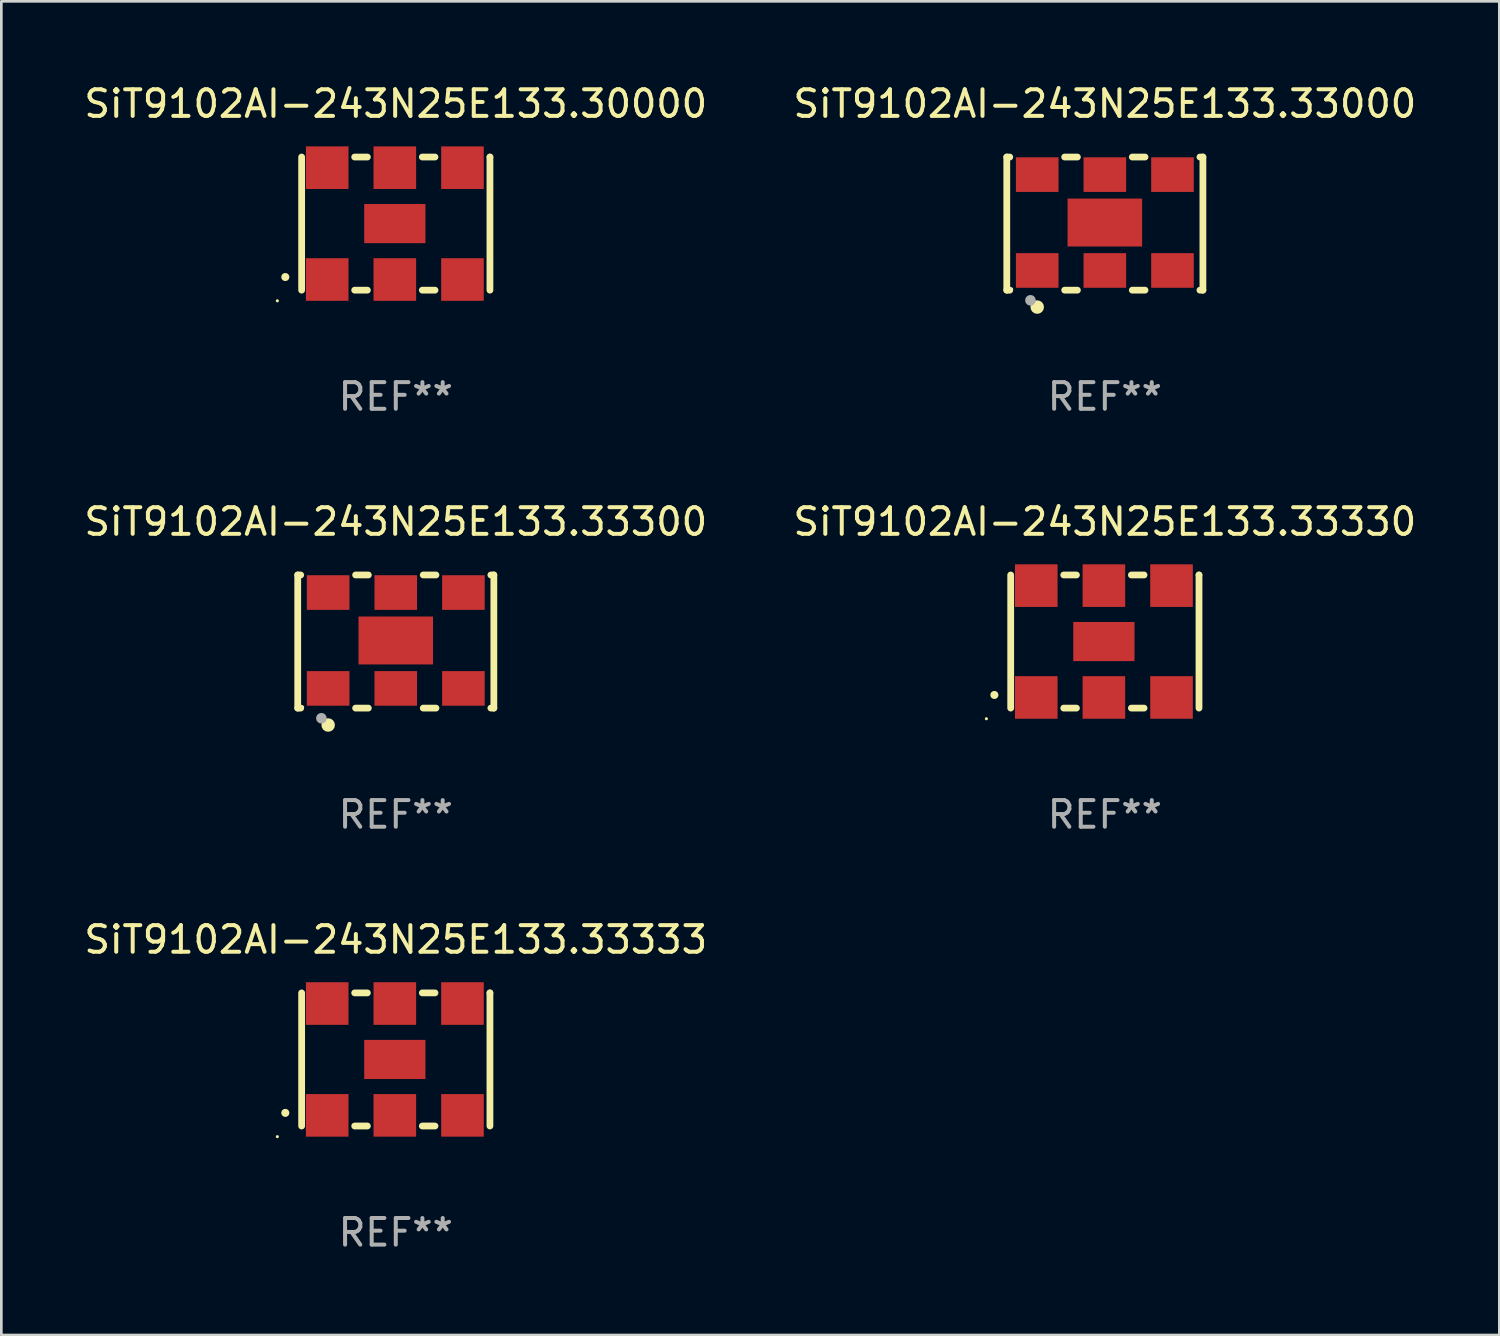
<source format=kicad_pcb>
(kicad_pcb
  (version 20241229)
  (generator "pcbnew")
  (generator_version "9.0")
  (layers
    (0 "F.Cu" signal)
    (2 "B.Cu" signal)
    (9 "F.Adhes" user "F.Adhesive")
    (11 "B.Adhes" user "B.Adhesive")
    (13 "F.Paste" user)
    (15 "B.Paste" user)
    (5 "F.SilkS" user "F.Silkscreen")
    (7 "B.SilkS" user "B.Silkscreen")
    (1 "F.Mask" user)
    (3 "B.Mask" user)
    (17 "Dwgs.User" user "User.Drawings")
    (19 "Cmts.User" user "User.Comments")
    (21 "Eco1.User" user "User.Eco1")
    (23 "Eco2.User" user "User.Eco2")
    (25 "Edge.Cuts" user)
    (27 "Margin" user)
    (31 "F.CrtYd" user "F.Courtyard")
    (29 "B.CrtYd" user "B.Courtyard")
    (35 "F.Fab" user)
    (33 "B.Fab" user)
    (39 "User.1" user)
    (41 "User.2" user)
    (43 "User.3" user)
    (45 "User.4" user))
  (footprint "SiT9102AI-243N25E133.33333"
    (layer "F.Cu")
    (at 11.815 36.741)
    (property "Reference" "SiT9102AI-243N25E133.33333" (at 0 -4.5 0) (layer "F.SilkS") (effects (font (size 1 1) (thickness 0.15))))
    (attr through_hole)
    (fp_line (start -3.536 -2.5) (end -3.536 2.5) (stroke (width 0.254) (type solid)) (layer "F.SilkS"))
    (fp_line (start -1.544 2.5) (end -1.067 2.5) (stroke (width 0.254) (type solid)) (layer "F.SilkS"))
    (fp_line (start -1.067 -2.5) (end -1.544 -2.5) (stroke (width 0.254) (type solid)) (layer "F.SilkS"))
    (fp_line (start 0.996 2.5) (end 1.473 2.5) (stroke (width 0.254) (type solid)) (layer "F.SilkS"))
    (fp_line (start 1.473 -2.5) (end 0.996 -2.5) (stroke (width 0.254) (type solid)) (layer "F.SilkS"))
    (fp_line (start 3.536 -2.5) (end 3.536 -2.5) (stroke (width 0.254) (type solid)) (layer "F.SilkS"))
    (fp_line (start 3.536 2.5) (end 3.536 -2.5) (stroke (width 0.254) (type solid)) (layer "F.SilkS"))
    (fp_arc (start -4.150432 2.006604) (mid -4.149162 2.006599) (end -4.147892 2.006604) (stroke (width 0.3) (type solid)) (layer "F.SilkS"))
    (fp_circle (center -4.449 2.9) (end -4.419 2.9) (stroke (width 0.06) (type solid)) (fill no) (layer "F.SilkS"))
    (fp_text user "REF**" (at 0 6.5 0) (layer "F.Fab") (effects (font (size 1 1) (thickness 0.15))))
    (pad "1" smd rect (at -2.576 2.1) (size 1.6 1.6) (layers "F.Cu" "F.Mask" "F.Paste"))
    (pad "2" smd rect (at -0.036 2.1) (size 1.6 1.6) (layers "F.Cu" "F.Mask" "F.Paste"))
    (pad "3" smd rect (at 2.504 2.1) (size 1.6 1.6) (layers "F.Cu" "F.Mask" "F.Paste"))
    (pad "4" smd rect (at 2.504 -2.1) (size 1.6 1.6) (layers "F.Cu" "F.Mask" "F.Paste"))
    (pad "5" smd rect (at -0.036 -2.1) (size 1.6 1.6) (layers "F.Cu" "F.Mask" "F.Paste"))
    (pad "6" smd rect (at -2.576 -2.1) (size 1.6 1.6) (layers "F.Cu" "F.Mask" "F.Paste"))
    (pad "7" smd rect (at -0.036 0) (size 2.3 1.47) (layers "F.Cu" "F.Mask" "F.Paste")))
  (footprint "SiT9102AI-243N25E133.33330"
    (layer "F.Cu")
    (at 38.446 21.045)
    (property "Reference" "SiT9102AI-243N25E133.33330" (at 0 -4.5 0) (layer "F.SilkS") (effects (font (size 1 1) (thickness 0.15))))
    (attr through_hole)
    (fp_line (start -3.536 -2.5) (end -3.536 2.5) (stroke (width 0.254) (type solid)) (layer "F.SilkS"))
    (fp_line (start -1.544 2.5) (end -1.067 2.5) (stroke (width 0.254) (type solid)) (layer "F.SilkS"))
    (fp_line (start -1.067 -2.5) (end -1.544 -2.5) (stroke (width 0.254) (type solid)) (layer "F.SilkS"))
    (fp_line (start 0.996 2.5) (end 1.473 2.5) (stroke (width 0.254) (type solid)) (layer "F.SilkS"))
    (fp_line (start 1.473 -2.5) (end 0.996 -2.5) (stroke (width 0.254) (type solid)) (layer "F.SilkS"))
    (fp_line (start 3.536 -2.5) (end 3.536 -2.5) (stroke (width 0.254) (type solid)) (layer "F.SilkS"))
    (fp_line (start 3.536 2.5) (end 3.536 -2.5) (stroke (width 0.254) (type solid)) (layer "F.SilkS"))
    (fp_arc (start -4.150432 2.006604) (mid -4.149162 2.006599) (end -4.147892 2.006604) (stroke (width 0.3) (type solid)) (layer "F.SilkS"))
    (fp_circle (center -4.449 2.9) (end -4.419 2.9) (stroke (width 0.06) (type solid)) (fill no) (layer "F.SilkS"))
    (fp_text user "REF**" (at 0 6.5 0) (layer "F.Fab") (effects (font (size 1 1) (thickness 0.15))))
    (pad "1" smd rect (at -2.576 2.1) (size 1.6 1.6) (layers "F.Cu" "F.Mask" "F.Paste"))
    (pad "2" smd rect (at -0.036 2.1) (size 1.6 1.6) (layers "F.Cu" "F.Mask" "F.Paste"))
    (pad "3" smd rect (at 2.504 2.1) (size 1.6 1.6) (layers "F.Cu" "F.Mask" "F.Paste"))
    (pad "4" smd rect (at 2.504 -2.1) (size 1.6 1.6) (layers "F.Cu" "F.Mask" "F.Paste"))
    (pad "5" smd rect (at -0.036 -2.1) (size 1.6 1.6) (layers "F.Cu" "F.Mask" "F.Paste"))
    (pad "6" smd rect (at -2.576 -2.1) (size 1.6 1.6) (layers "F.Cu" "F.Mask" "F.Paste"))
    (pad "7" smd rect (at -0.036 0) (size 2.3 1.47) (layers "F.Cu" "F.Mask" "F.Paste")))
  (footprint "SiT9102AI-243N25E133.30000"
    (layer "F.Cu")
    (at 11.815 5.348)
    (property "Reference" "SiT9102AI-243N25E133.30000" (at 0 -4.5 0) (layer "F.SilkS") (effects (font (size 1 1) (thickness 0.15))))
    (attr through_hole)
    (fp_line (start -3.536 -2.5) (end -3.536 2.5) (stroke (width 0.254) (type solid)) (layer "F.SilkS"))
    (fp_line (start -1.544 2.5) (end -1.067 2.5) (stroke (width 0.254) (type solid)) (layer "F.SilkS"))
    (fp_line (start -1.067 -2.5) (end -1.544 -2.5) (stroke (width 0.254) (type solid)) (layer "F.SilkS"))
    (fp_line (start 0.996 2.5) (end 1.473 2.5) (stroke (width 0.254) (type solid)) (layer "F.SilkS"))
    (fp_line (start 1.473 -2.5) (end 0.996 -2.5) (stroke (width 0.254) (type solid)) (layer "F.SilkS"))
    (fp_line (start 3.536 -2.5) (end 3.536 -2.5) (stroke (width 0.254) (type solid)) (layer "F.SilkS"))
    (fp_line (start 3.536 2.5) (end 3.536 -2.5) (stroke (width 0.254) (type solid)) (layer "F.SilkS"))
    (fp_arc (start -4.150432 2.006604) (mid -4.149162 2.006599) (end -4.147892 2.006604) (stroke (width 0.3) (type solid)) (layer "F.SilkS"))
    (fp_circle (center -4.449 2.9) (end -4.419 2.9) (stroke (width 0.06) (type solid)) (fill no) (layer "F.SilkS"))
    (fp_text user "REF**" (at 0 6.5 0) (layer "F.Fab") (effects (font (size 1 1) (thickness 0.15))))
    (pad "1" smd rect (at -2.576 2.1) (size 1.6 1.6) (layers "F.Cu" "F.Mask" "F.Paste"))
    (pad "2" smd rect (at -0.036 2.1) (size 1.6 1.6) (layers "F.Cu" "F.Mask" "F.Paste"))
    (pad "3" smd rect (at 2.504 2.1) (size 1.6 1.6) (layers "F.Cu" "F.Mask" "F.Paste"))
    (pad "4" smd rect (at 2.504 -2.1) (size 1.6 1.6) (layers "F.Cu" "F.Mask" "F.Paste"))
    (pad "5" smd rect (at -0.036 -2.1) (size 1.6 1.6) (layers "F.Cu" "F.Mask" "F.Paste"))
    (pad "6" smd rect (at -2.576 -2.1) (size 1.6 1.6) (layers "F.Cu" "F.Mask" "F.Paste"))
    (pad "7" smd rect (at -0.036 0) (size 2.3 1.47) (layers "F.Cu" "F.Mask" "F.Paste")))
  (footprint "SiT9102AI-243N25E133.33300"
    (layer "F.Cu")
    (at 11.815 21.045)
    (property "Reference" "SiT9102AI-243N25E133.33300" (at 0 -4.5 0) (layer "F.SilkS") (effects (font (size 1 1) (thickness 0.15))))
    (attr through_hole)
    (fp_line (start -3.683 -2.5) (end -3.571 -2.5) (stroke (width 0.254) (type solid)) (layer "F.SilkS"))
    (fp_line (start -3.683 2.5) (end -3.683 -2.5) (stroke (width 0.254) (type solid)) (layer "F.SilkS"))
    (fp_line (start -3.683 2.5) (end -3.571 2.5) (stroke (width 0.254) (type solid)) (layer "F.SilkS"))
    (fp_line (start -1.509 -2.5) (end -1.031 -2.5) (stroke (width 0.254) (type solid)) (layer "F.SilkS"))
    (fp_line (start -1.509 2.5) (end -1.031 2.5) (stroke (width 0.254) (type solid)) (layer "F.SilkS"))
    (fp_line (start 1.031 -2.5) (end 1.509 -2.5) (stroke (width 0.254) (type solid)) (layer "F.SilkS"))
    (fp_line (start 1.031 2.5) (end 1.509 2.5) (stroke (width 0.254) (type solid)) (layer "F.SilkS"))
    (fp_line (start 3.571 -2.5) (end 3.683 -2.5) (stroke (width 0.254) (type solid)) (layer "F.SilkS"))
    (fp_line (start 3.571 2.5) (end 3.683 2.5) (stroke (width 0.254) (type solid)) (layer "F.SilkS"))
    (fp_line (start 3.683 2.5) (end 3.683 -2.5) (stroke (width 0.254) (type solid)) (layer "F.SilkS"))
    (fp_circle (center -3.5 2.46) (end -3.47 2.46) (stroke (width 0.06) (type solid)) (fill no) (layer "F.SilkS"))
    (fp_circle (center -2.54 3.135) (end -2.413 3.135) (stroke (width 0.254) (type solid)) (fill no) (layer "F.SilkS"))
    (fp_circle (center -2.794 2.881) (end -2.694 2.881) (stroke (width 0.2) (type solid)) (fill no) (layer "F.Fab"))
    (fp_text user "REF**" (at 0 6.5 0) (layer "F.Fab") (effects (font (size 1 1) (thickness 0.15))))
    (pad "1" smd rect (at -2.54 1.76) (size 1.6 1.3) (layers "F.Cu" "F.Mask" "F.Paste"))
    (pad "2" smd rect (at 0 1.76) (size 1.6 1.3) (layers "F.Cu" "F.Mask" "F.Paste"))
    (pad "3" smd rect (at 2.54 1.76) (size 1.6 1.3) (layers "F.Cu" "F.Mask" "F.Paste"))
    (pad "4" smd rect (at 2.54 -1.84) (size 1.6 1.3) (layers "F.Cu" "F.Mask" "F.Paste"))
    (pad "5" smd rect (at 0 -1.84) (size 1.6 1.3) (layers "F.Cu" "F.Mask" "F.Paste"))
    (pad "6" smd rect (at -2.54 -1.84) (size 1.6 1.3) (layers "F.Cu" "F.Mask" "F.Paste"))
    (pad "7" smd rect (at 0 -0.04) (size 2.8 1.8) (layers "F.Cu" "F.Mask" "F.Paste")))
  (footprint "SiT9102AI-243N25E133.33000"
    (layer "F.Cu")
    (at 38.446 5.348)
    (property "Reference" "SiT9102AI-243N25E133.33000" (at 0 -4.5 0) (layer "F.SilkS") (effects (font (size 1 1) (thickness 0.15))))
    (attr through_hole)
    (fp_line (start -3.683 -2.5) (end -3.571 -2.5) (stroke (width 0.254) (type solid)) (layer "F.SilkS"))
    (fp_line (start -3.683 2.5) (end -3.683 -2.5) (stroke (width 0.254) (type solid)) (layer "F.SilkS"))
    (fp_line (start -3.683 2.5) (end -3.571 2.5) (stroke (width 0.254) (type solid)) (layer "F.SilkS"))
    (fp_line (start -1.509 -2.5) (end -1.031 -2.5) (stroke (width 0.254) (type solid)) (layer "F.SilkS"))
    (fp_line (start -1.509 2.5) (end -1.031 2.5) (stroke (width 0.254) (type solid)) (layer "F.SilkS"))
    (fp_line (start 1.031 -2.5) (end 1.509 -2.5) (stroke (width 0.254) (type solid)) (layer "F.SilkS"))
    (fp_line (start 1.031 2.5) (end 1.509 2.5) (stroke (width 0.254) (type solid)) (layer "F.SilkS"))
    (fp_line (start 3.571 -2.5) (end 3.683 -2.5) (stroke (width 0.254) (type solid)) (layer "F.SilkS"))
    (fp_line (start 3.571 2.5) (end 3.683 2.5) (stroke (width 0.254) (type solid)) (layer "F.SilkS"))
    (fp_line (start 3.683 2.5) (end 3.683 -2.5) (stroke (width 0.254) (type solid)) (layer "F.SilkS"))
    (fp_circle (center -3.5 2.46) (end -3.47 2.46) (stroke (width 0.06) (type solid)) (fill no) (layer "F.SilkS"))
    (fp_circle (center -2.54 3.135) (end -2.413 3.135) (stroke (width 0.254) (type solid)) (fill no) (layer "F.SilkS"))
    (fp_circle (center -2.794 2.881) (end -2.694 2.881) (stroke (width 0.2) (type solid)) (fill no) (layer "F.Fab"))
    (fp_text user "REF**" (at 0 6.5 0) (layer "F.Fab") (effects (font (size 1 1) (thickness 0.15))))
    (pad "1" smd rect (at -2.54 1.76) (size 1.6 1.3) (layers "F.Cu" "F.Mask" "F.Paste"))
    (pad "2" smd rect (at 0 1.76) (size 1.6 1.3) (layers "F.Cu" "F.Mask" "F.Paste"))
    (pad "3" smd rect (at 2.54 1.76) (size 1.6 1.3) (layers "F.Cu" "F.Mask" "F.Paste"))
    (pad "4" smd rect (at 2.54 -1.84) (size 1.6 1.3) (layers "F.Cu" "F.Mask" "F.Paste"))
    (pad "5" smd rect (at 0 -1.84) (size 1.6 1.3) (layers "F.Cu" "F.Mask" "F.Paste"))
    (pad "6" smd rect (at -2.54 -1.84) (size 1.6 1.3) (layers "F.Cu" "F.Mask" "F.Paste"))
    (pad "7" smd rect (at 0 -0.04) (size 2.8 1.8) (layers "F.Cu" "F.Mask" "F.Paste")))
  (gr_rect
    (start -3 -3)
    (end 53.262 47.09)
    (stroke (width 0.1) (type default))
    (fill no)
    (layer "Edge.Cuts")))
</source>
